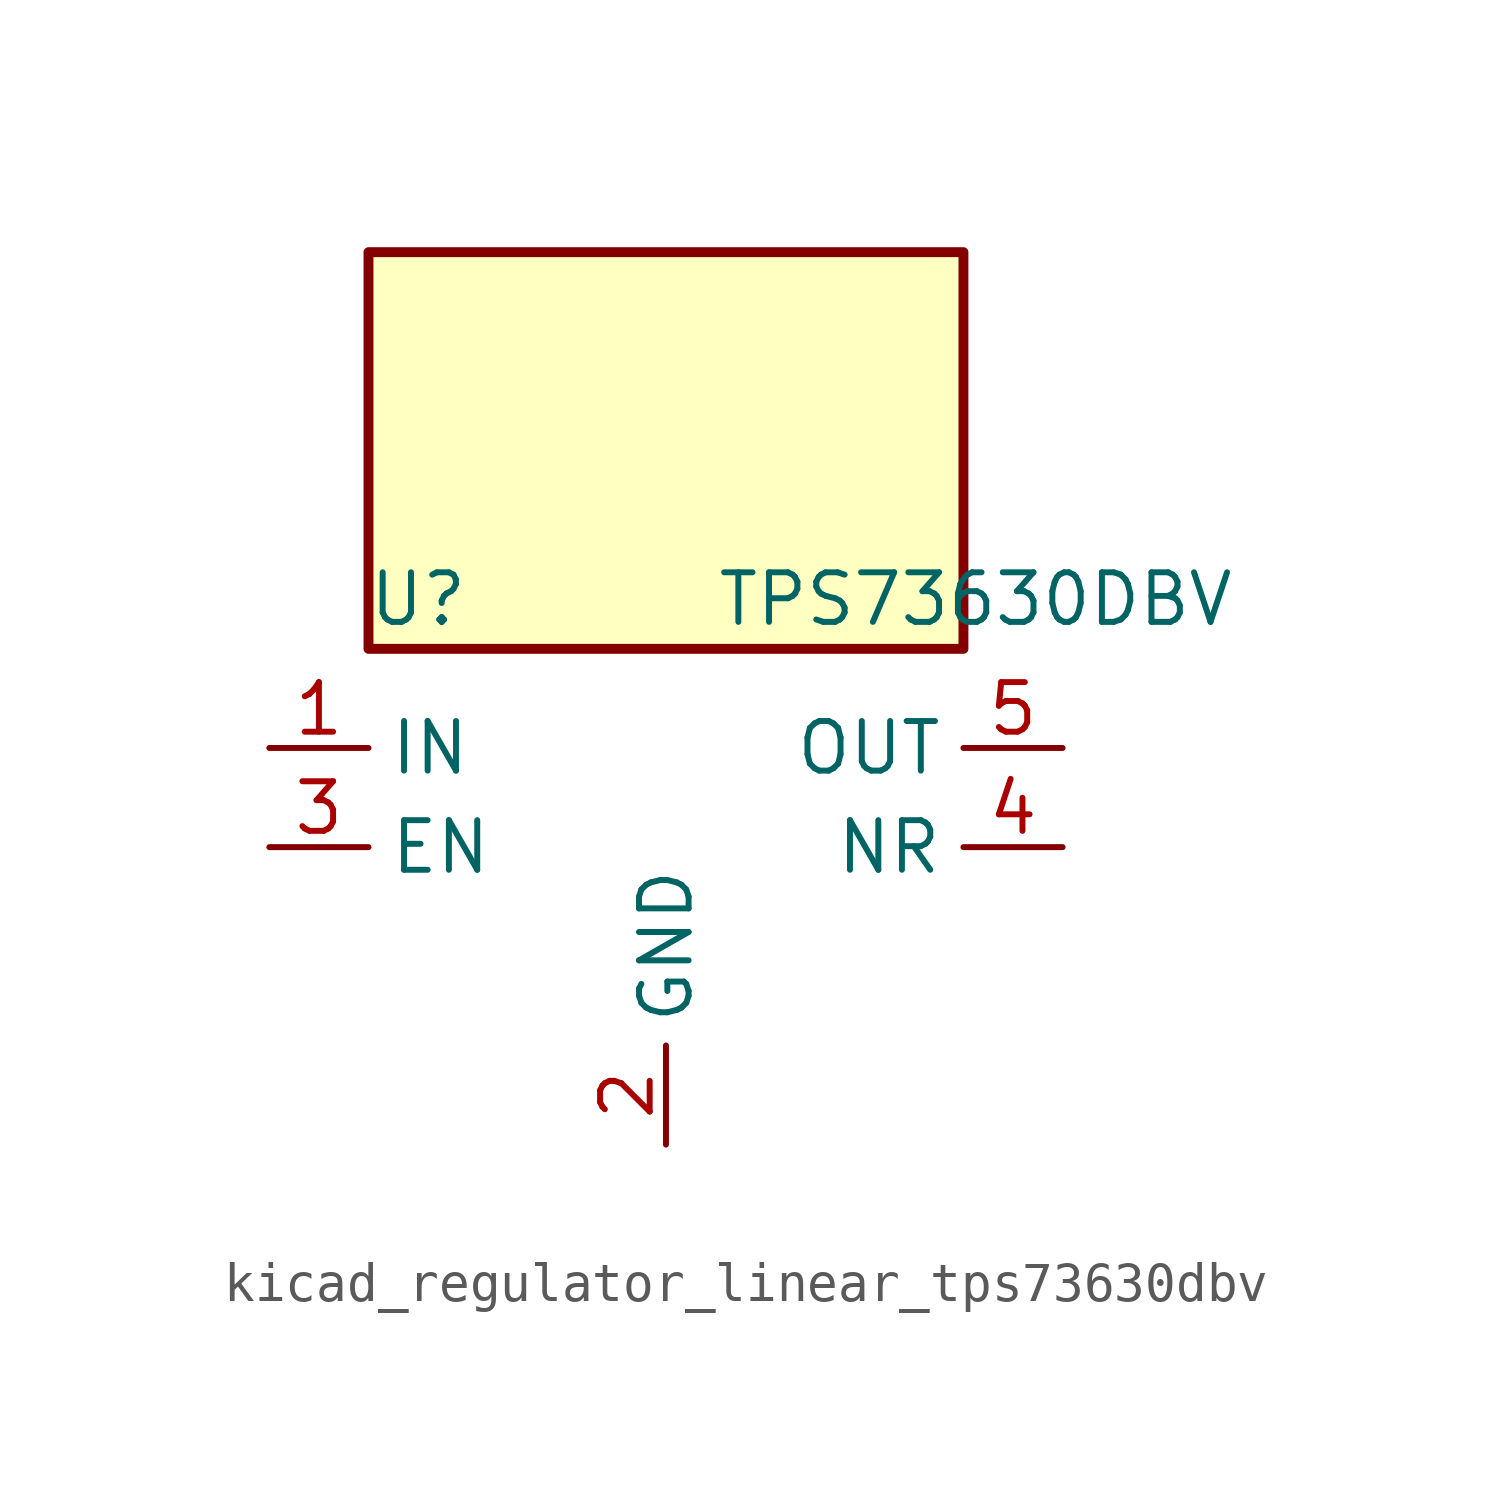
<source format=kicad_sym>
(kicad_symbol_lib
  (version 20220914)
  (generator kicad_symbol_editor)
  (symbol "kicad_regulator_linear_tps73630dbv"
    (property "Reference" "U"
      (at -6.35 6.35 0)
      (effects (font (size 1.27 1.27))))
    (property "Value" "TPS73630DBV"
      (at 1.27 6.35 0)
      (effects (font (size 1.27 1.27)) (justify left)))
    (symbol "kicad_regulator_linear_tps73630dbv_0_1"
      (rectangle (start 7.62 15.24) (end -7.62 5.08) (stroke (width 0.254) (type default)) (fill (type background))))
    (symbol "kicad_regulator_linear_tps73630dbv_1_1"
      (pin power_in line (at -10.16 2.54 0) (length 2.54) (name "IN" (effects (font (size 1.27 1.27)))) (number "1" (effects (font (size 1.27 1.27)))))
      (pin power_in line (at 0 -7.62 90) (length 2.54) (name "GND" (effects (font (size 1.27 1.27)))) (number "2" (effects (font (size 1.27 1.27)))))
      (pin input line (at -10.16 0 0) (length 2.54) (name "EN" (effects (font (size 1.27 1.27)))) (number "3" (effects (font (size 1.27 1.27)))))
      (pin passive line (at 10.16 0 180) (length 2.54) (name "NR" (effects (font (size 1.27 1.27)))) (number "4" (effects (font (size 1.27 1.27)))))
      (pin power_out line (at 10.16 2.54 180) (length 2.54) (name "OUT" (effects (font (size 1.27 1.27)))) (number "5" (effects (font (size 1.27 1.27))))))))
</source>
